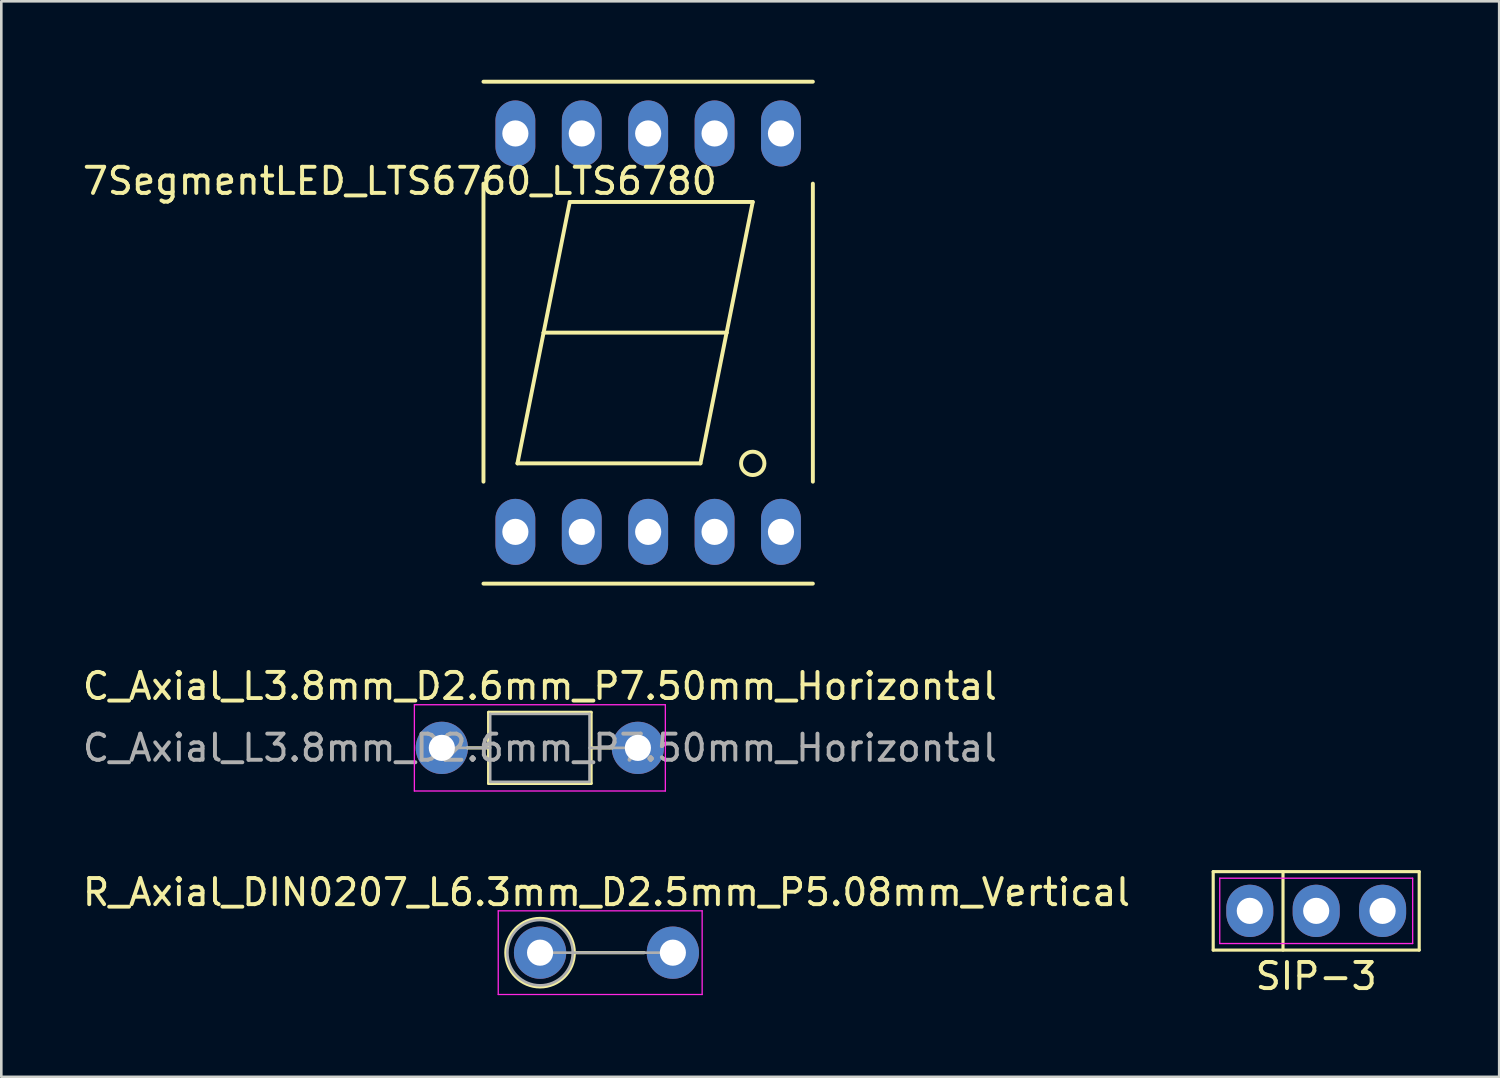
<source format=kicad_pcb>
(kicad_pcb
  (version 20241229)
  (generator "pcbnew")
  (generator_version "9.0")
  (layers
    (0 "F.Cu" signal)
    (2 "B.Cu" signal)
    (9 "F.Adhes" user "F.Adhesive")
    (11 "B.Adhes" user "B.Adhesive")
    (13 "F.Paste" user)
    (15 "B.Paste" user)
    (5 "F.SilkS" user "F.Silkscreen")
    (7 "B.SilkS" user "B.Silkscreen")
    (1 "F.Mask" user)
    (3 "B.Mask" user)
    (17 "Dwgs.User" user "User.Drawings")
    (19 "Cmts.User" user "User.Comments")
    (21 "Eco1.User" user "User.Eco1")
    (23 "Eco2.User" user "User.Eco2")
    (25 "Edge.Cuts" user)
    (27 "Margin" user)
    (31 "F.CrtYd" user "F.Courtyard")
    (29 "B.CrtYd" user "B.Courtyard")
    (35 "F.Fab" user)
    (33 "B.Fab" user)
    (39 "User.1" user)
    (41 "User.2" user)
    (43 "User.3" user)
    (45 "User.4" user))
  (footprint "7SegmentLED_LTS6760_LTS6780"
    (layer "F.Cu")
    (at 21.744 9.675)
    (property "Reference" "7SegmentLED_LTS6760_LTS6780" (at -9.5 -5.8 0) (layer "F.SilkS") (effects (font (size 1 1) (thickness 0.15))))
    (attr through_hole)
    (fp_line (start -6.3 -9.6) (end 6.3 -9.6) (stroke (width 0.15) (type solid)) (layer "F.SilkS"))
    (fp_line (start -6.3 -5.7) (end -6.3 5.7) (stroke (width 0.15) (type solid)) (layer "F.SilkS"))
    (fp_line (start -5 5) (end 2 5) (stroke (width 0.15) (type solid)) (layer "F.SilkS"))
    (fp_line (start -4 0) (end -5 5) (stroke (width 0.15) (type solid)) (layer "F.SilkS"))
    (fp_line (start -3 -5) (end -4 0) (stroke (width 0.15) (type solid)) (layer "F.SilkS"))
    (fp_line (start -3 -5) (end 4 -5) (stroke (width 0.15) (type solid)) (layer "F.SilkS"))
    (fp_line (start 2 5) (end 3 0) (stroke (width 0.15) (type solid)) (layer "F.SilkS"))
    (fp_line (start 3 0) (end -4 0) (stroke (width 0.15) (type solid)) (layer "F.SilkS"))
    (fp_line (start 4 -5) (end 3 0) (stroke (width 0.15) (type solid)) (layer "F.SilkS"))
    (fp_line (start 6.3 -5.7) (end 6.3 5.7) (stroke (width 0.15) (type solid)) (layer "F.SilkS"))
    (fp_line (start 6.3 9.6) (end -6.3 9.6) (stroke (width 0.15) (type solid)) (layer "F.SilkS"))
    (fp_circle (center 4 5) (end 4.4 5.2) (stroke (width 0.15) (type solid)) (fill no) (layer "F.SilkS"))
    (pad "1" thru_hole oval (at -5.08 7.62) (size 1.524 2.524) (drill 1) (layers "*.Cu" "*.Mask"))
    (pad "2" thru_hole oval (at -2.54 7.62) (size 1.524 2.524) (drill 1) (layers "*.Cu" "*.Mask"))
    (pad "3" thru_hole oval (at 0 7.62) (size 1.524 2.524) (drill 1) (layers "*.Cu" "*.Mask"))
    (pad "4" thru_hole oval (at 2.54 7.62) (size 1.524 2.524) (drill 1) (layers "*.Cu" "*.Mask"))
    (pad "5" thru_hole oval (at 5.08 7.62) (size 1.524 2.524) (drill 1) (layers "*.Cu" "*.Mask"))
    (pad "6" thru_hole oval (at 5.08 -7.62) (size 1.524 2.524) (drill 1) (layers "*.Cu" "*.Mask"))
    (pad "7" thru_hole oval (at 2.54 -7.62) (size 1.524 2.524) (drill 1) (layers "*.Cu" "*.Mask"))
    (pad "8" thru_hole oval (at 0 -7.62) (size 1.524 2.524) (drill 1) (layers "*.Cu" "*.Mask"))
    (pad "9" thru_hole oval (at -2.54 -7.62) (size 1.524 2.524) (drill 1) (layers "*.Cu" "*.Mask"))
    (pad "10" thru_hole oval (at -5.08 -7.62) (size 1.524 2.524) (drill 1) (layers "*.Cu" "*.Mask")))
  (footprint "C_Axial_L3.8mm_D2.6mm_P7.50mm_Horizontal"
    (layer "F.Cu")
    (at 13.851 25.558)
    (property "Reference" "C_Axial_L3.8mm_D2.6mm_P7.50mm_Horizontal" (at 3.75 -2.36 0) (layer "F.SilkS") (effects (font (size 1 1) (thickness 0.15))))
    (attr through_hole)
    (fp_line (start 0.98 0) (end 1.79 0) (stroke (width 0.12) (type solid)) (layer "F.SilkS"))
    (fp_line (start 1.79 -1.36) (end 1.79 1.36) (stroke (width 0.12) (type solid)) (layer "F.SilkS"))
    (fp_line (start 1.79 1.36) (end 5.71 1.36) (stroke (width 0.12) (type solid)) (layer "F.SilkS"))
    (fp_line (start 5.71 -1.36) (end 1.79 -1.36) (stroke (width 0.12) (type solid)) (layer "F.SilkS"))
    (fp_line (start 5.71 1.36) (end 5.71 -1.36) (stroke (width 0.12) (type solid)) (layer "F.SilkS"))
    (fp_line (start 6.52 0) (end 5.71 0) (stroke (width 0.12) (type solid)) (layer "F.SilkS"))
    (fp_line (start -1.05 -1.65) (end -1.05 1.65) (stroke (width 0.05) (type solid)) (layer "F.CrtYd"))
    (fp_line (start -1.05 1.65) (end 8.55 1.65) (stroke (width 0.05) (type solid)) (layer "F.CrtYd"))
    (fp_line (start 8.55 -1.65) (end -1.05 -1.65) (stroke (width 0.05) (type solid)) (layer "F.CrtYd"))
    (fp_line (start 8.55 1.65) (end 8.55 -1.65) (stroke (width 0.05) (type solid)) (layer "F.CrtYd"))
    (fp_line (start 0 0) (end 1.85 0) (stroke (width 0.1) (type solid)) (layer "F.Fab"))
    (fp_line (start 1.85 -1.3) (end 1.85 1.3) (stroke (width 0.1) (type solid)) (layer "F.Fab"))
    (fp_line (start 1.85 1.3) (end 5.65 1.3) (stroke (width 0.1) (type solid)) (layer "F.Fab"))
    (fp_line (start 5.65 -1.3) (end 1.85 -1.3) (stroke (width 0.1) (type solid)) (layer "F.Fab"))
    (fp_line (start 5.65 1.3) (end 5.65 -1.3) (stroke (width 0.1) (type solid)) (layer "F.Fab"))
    (fp_line (start 7.5 0) (end 5.65 0) (stroke (width 0.1) (type solid)) (layer "F.Fab"))
    (fp_text user "${REFERENCE}" (at 3.75 0 0) (layer "F.Fab") (effects (font (size 1 1) (thickness 0.15))))
    (pad "1" thru_hole circle (at 0 0) (size 2 2) (drill 1) (layers "*.Cu" "*.Mask"))
    (pad "2" thru_hole circle (at 7.5 0) (size 2 2) (drill 1) (layers "*.Cu" "*.Mask")))
  (footprint "SIP-3"
    (layer "F.Cu")
    (at 47.298 31.793)
    (property "Reference" "SIP-3" (at 0 2.5 0) (layer "F.SilkS") (effects (font (size 1 1) (thickness 0.15))))
    (attr through_hole)
    (fp_line (start -3.94 -1.5) (end 3.94 -1.5) (stroke (width 0.12) (type solid)) (layer "F.SilkS"))
    (fp_line (start -3.94 1.5) (end -3.94 -1.5) (stroke (width 0.12) (type solid)) (layer "F.SilkS"))
    (fp_line (start -1.27 -1.5) (end -1.27 1.5) (stroke (width 0.12) (type solid)) (layer "F.SilkS"))
    (fp_line (start 3.94 -1.5) (end 3.94 1.5) (stroke (width 0.12) (type solid)) (layer "F.SilkS"))
    (fp_line (start 3.94 1.5) (end -3.94 1.5) (stroke (width 0.12) (type solid)) (layer "F.SilkS"))
    (fp_line (start -3.69 -1.25) (end 3.69 -1.25) (stroke (width 0.05) (type solid)) (layer "F.CrtYd"))
    (fp_line (start -3.69 1.25) (end -3.69 -1.25) (stroke (width 0.05) (type solid)) (layer "F.CrtYd"))
    (fp_line (start 3.69 -1.25) (end 3.69 1.25) (stroke (width 0.05) (type solid)) (layer "F.CrtYd"))
    (fp_line (start 3.69 1.25) (end -3.69 1.25) (stroke (width 0.05) (type solid)) (layer "F.CrtYd"))
    (pad "1" thru_hole oval (at -2.54 0) (size 1.8 2) (drill 1) (layers "*.Cu" "*.Mask"))
    (pad "2" thru_hole oval (at 0 0) (size 1.8 2) (drill 1) (layers "*.Cu" "*.Mask"))
    (pad "3" thru_hole oval (at 2.54 0) (size 1.8 2) (drill 1) (layers "*.Cu" "*.Mask")))
  (footprint "R_Axial_DIN0207_L6.3mm_D2.5mm_P5.08mm_Vertical"
    (layer "F.Cu")
    (at 17.609 33.392)
    (property "Reference" "R_Axial_DIN0207_L6.3mm_D2.5mm_P5.08mm_Vertical" (at 2.54 -2.31 0) (layer "F.SilkS") (effects (font (size 1 1) (thickness 0.15))))
    (attr through_hole)
    (fp_line (start 1.31 0) (end 3.98 0) (stroke (width 0.12) (type solid)) (layer "F.SilkS"))
    (fp_circle (center 0 0) (end 1.31 0) (stroke (width 0.12) (type solid)) (fill no) (layer "F.SilkS"))
    (fp_line (start -1.6 -1.6) (end -1.6 1.6) (stroke (width 0.05) (type solid)) (layer "F.CrtYd"))
    (fp_line (start -1.6 1.6) (end 6.2 1.6) (stroke (width 0.05) (type solid)) (layer "F.CrtYd"))
    (fp_line (start 6.2 -1.6) (end -1.6 -1.6) (stroke (width 0.05) (type solid)) (layer "F.CrtYd"))
    (fp_line (start 6.2 1.6) (end 6.2 -1.6) (stroke (width 0.05) (type solid)) (layer "F.CrtYd"))
    (fp_line (start 0 0) (end 5.08 0) (stroke (width 0.1) (type solid)) (layer "F.Fab"))
    (fp_circle (center 0 0) (end 1.25 0) (stroke (width 0.1) (type solid)) (fill no) (layer "F.Fab"))
    (pad "1" thru_hole circle (at 0 0) (size 2 2) (drill 1) (layers "*.Cu" "*.Mask"))
    (pad "2" thru_hole circle (at 5.08 0) (size 2 2) (drill 1) (layers "*.Cu" "*.Mask")))
  (gr_rect
    (start -3 -3)
    (end 54.298 38.142)
    (stroke (width 0.1) (type default))
    (fill no)
    (layer "Edge.Cuts")))
</source>
